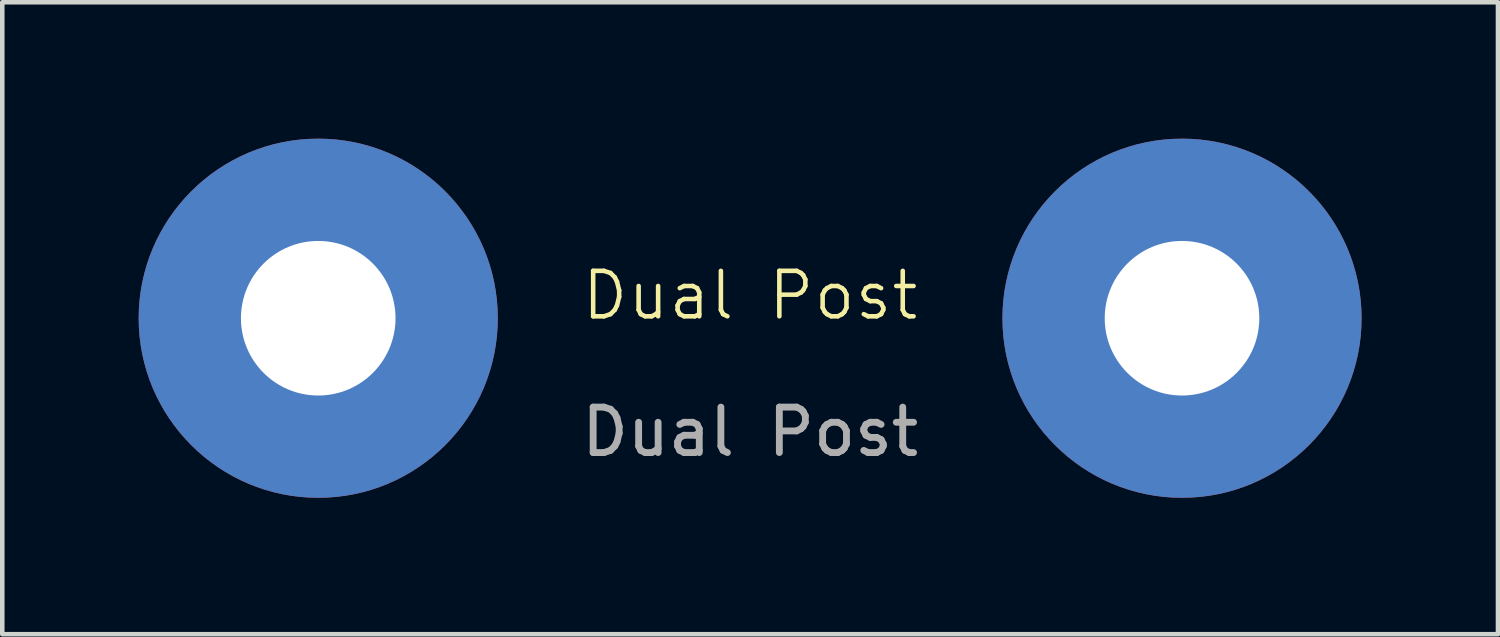
<source format=kicad_pcb>
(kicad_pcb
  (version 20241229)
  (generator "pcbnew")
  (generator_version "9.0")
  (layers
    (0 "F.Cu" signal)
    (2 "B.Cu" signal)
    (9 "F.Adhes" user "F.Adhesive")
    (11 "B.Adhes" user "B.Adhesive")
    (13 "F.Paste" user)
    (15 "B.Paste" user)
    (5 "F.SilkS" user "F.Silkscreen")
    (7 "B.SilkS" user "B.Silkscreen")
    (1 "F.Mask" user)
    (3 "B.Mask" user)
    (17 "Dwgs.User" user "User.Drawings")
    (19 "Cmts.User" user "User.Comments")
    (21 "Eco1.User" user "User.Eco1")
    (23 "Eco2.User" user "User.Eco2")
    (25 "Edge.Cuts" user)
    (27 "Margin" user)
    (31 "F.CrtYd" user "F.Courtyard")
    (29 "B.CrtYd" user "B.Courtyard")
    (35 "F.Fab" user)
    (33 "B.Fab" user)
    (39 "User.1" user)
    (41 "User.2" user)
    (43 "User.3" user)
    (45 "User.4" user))
  (footprint "Dual Post"
    (layer "F.Cu")
    (at 13.45 3.95)
    (property "Reference" "Dual Post" (at 0 -0.5 0) (unlocked yes) (layer "F.SilkS") (effects (font (size 1 1) (thickness 0.1))))
    (attr smd)
    (fp_text user "${REFERENCE}" (at 0 2.5 0) (unlocked yes) (layer "F.Fab") (effects (font (size 1 1) (thickness 0.15))))
    (pad "1" thru_hole circle (at -9.5 0) (size 7.9 7.9) (drill 3.4) (layers "*.Cu" "*.Mask"))
    (pad "2" thru_hole circle (at 9.5 0) (size 7.9 7.9) (drill 3.4) (layers "*.Cu" "*.Mask")))
  (gr_rect
    (start -3 -3)
    (end 29.9 10.9)
    (stroke (width 0.1) (type default))
    (fill no)
    (layer "Edge.Cuts")))
</source>
